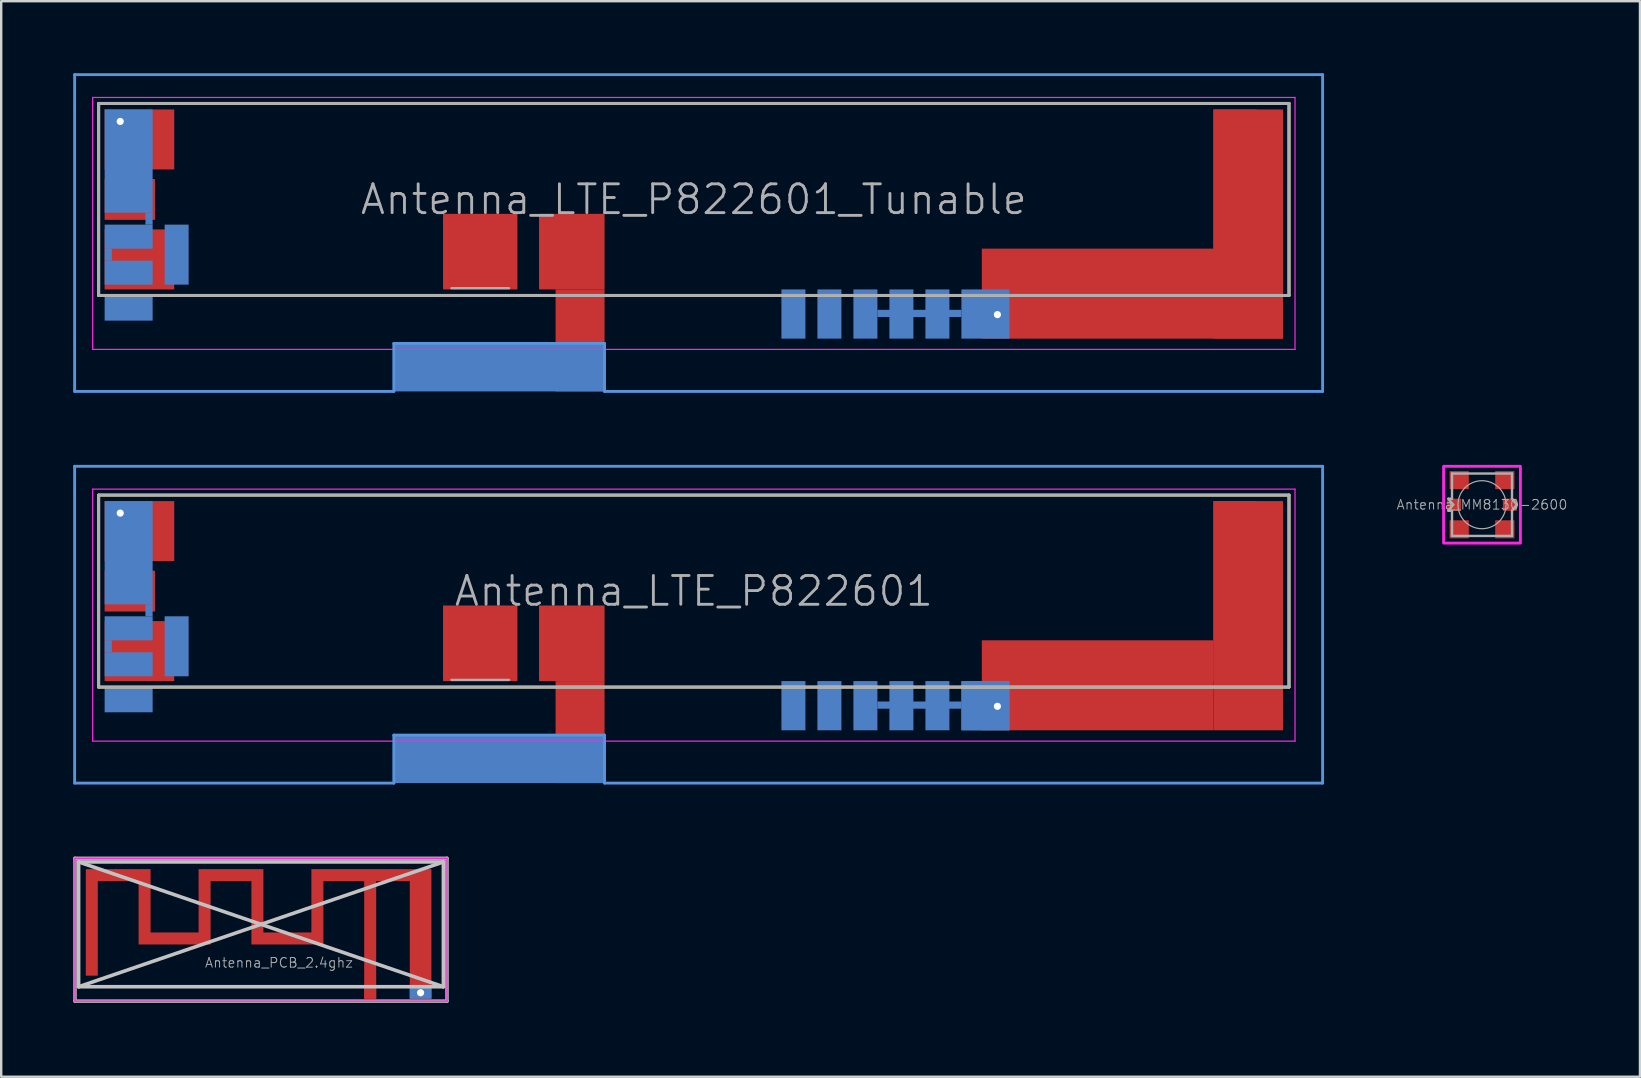
<source format=kicad_pcb>
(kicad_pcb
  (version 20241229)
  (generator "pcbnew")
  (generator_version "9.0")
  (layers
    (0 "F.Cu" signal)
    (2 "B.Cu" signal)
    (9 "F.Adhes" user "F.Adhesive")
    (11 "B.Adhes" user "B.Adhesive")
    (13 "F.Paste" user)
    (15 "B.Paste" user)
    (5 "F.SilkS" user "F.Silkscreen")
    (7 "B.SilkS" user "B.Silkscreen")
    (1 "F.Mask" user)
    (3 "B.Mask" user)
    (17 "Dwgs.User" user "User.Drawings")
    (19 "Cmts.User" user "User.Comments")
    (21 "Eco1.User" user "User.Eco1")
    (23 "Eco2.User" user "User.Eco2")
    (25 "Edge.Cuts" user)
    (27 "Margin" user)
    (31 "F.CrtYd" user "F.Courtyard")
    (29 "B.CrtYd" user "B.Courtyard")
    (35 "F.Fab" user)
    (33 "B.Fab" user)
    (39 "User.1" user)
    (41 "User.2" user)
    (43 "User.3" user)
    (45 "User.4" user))
  (footprint "Antenna_LTE_P822601_Tunable"
    (layer "F.Cu")
    (at 1.06 1.26)
    (property "Reference" "Antenna_LTE_P822601_Tunable" (at 24.8 4 0) (layer "F.Fab") (effects (font (size 1.2 1.2) (thickness 0.12))))
    (attr smd)
    (fp_rect (start 36.8 6.05) (end 49.35 9.8) (stroke (width 0) (type solid)) (fill yes) (layer "F.Cu"))
    (fp_rect (start 46.45 9.8) (end 49.35 0.25) (stroke (width 0) (type solid)) (fill yes) (layer "F.Cu"))
    (fp_rect (start 0.25 0.25) (end 2.25 4.55) (stroke (width 0) (type solid)) (fill yes) (layer "B.Cu"))
    (fp_rect (start 0.25 5.05) (end 2.25 6.05) (stroke (width 0) (type solid)) (fill yes) (layer "B.Cu"))
    (fp_rect (start 0.25 6.05) (end 0.55 6.55) (stroke (width 0) (type solid)) (fill yes) (layer "B.Cu"))
    (fp_rect (start 0.25 6.55) (end 2.25 7.55) (stroke (width 0) (type solid)) (fill yes) (layer "B.Cu"))
    (fp_rect (start 0.25 8.05) (end 2.25 9.05) (stroke (width 0) (type solid)) (fill yes) (layer "B.Cu"))
    (fp_rect (start 1.95 4.55) (end 2.25 5.05) (stroke (width 0) (type solid)) (fill yes) (layer "B.Cu"))
    (fp_rect (start 2.75 5.05) (end 3.75 7.55) (stroke (width 0) (type solid)) (fill yes) (layer "B.Cu"))
    (fp_rect (start 28.45 7.75) (end 29.45 9.8) (stroke (width 0) (type solid)) (fill yes) (layer "B.Cu"))
    (fp_rect (start 29.95 7.75) (end 30.95 9.8) (stroke (width 0) (type solid)) (fill yes) (layer "B.Cu"))
    (fp_rect (start 31.45 7.75) (end 32.45 9.8) (stroke (width 0) (type solid)) (fill yes) (layer "B.Cu"))
    (fp_rect (start 32.45 8.6) (end 35.95 8.9) (stroke (width 0) (type solid)) (fill yes) (layer "B.Cu"))
    (fp_rect (start 32.95 7.75) (end 33.95 9.8) (stroke (width 0) (type solid)) (fill yes) (layer "B.Cu"))
    (fp_rect (start 34.45 7.75) (end 35.45 9.8) (stroke (width 0) (type solid)) (fill yes) (layer "B.Cu"))
    (fp_rect (start 35.95 7.75) (end 37.95 9.8) (stroke (width 0) (type solid)) (fill yes) (layer "B.Cu"))
    (fp_rect (start 0.24 3.95) (end 0.77 4.55) (stroke (width 0) (type solid)) (fill yes) (layer "B.Mask"))
    (fp_rect (start 0.24 5.05) (end 0.77 5.65) (stroke (width 0) (type solid)) (fill yes) (layer "B.Mask"))
    (fp_rect (start 0.24 6.95) (end 0.77 7.55) (stroke (width 0) (type solid)) (fill yes) (layer "B.Mask"))
    (fp_rect (start 0.24 8.05) (end 0.77 8.65) (stroke (width 0) (type solid)) (fill yes) (layer "B.Mask"))
    (fp_rect (start 1.72 5.45) (end 2.25 6.05) (stroke (width 0) (type solid)) (fill yes) (layer "B.Mask"))
    (fp_rect (start 1.72 6.55) (end 2.25 7.15) (stroke (width 0) (type solid)) (fill yes) (layer "B.Mask"))
    (fp_rect (start 2.75 5.45) (end 3.27 6.05) (stroke (width 0) (type solid)) (fill yes) (layer "B.Mask"))
    (fp_rect (start 2.75 6.55) (end 3.27 7.15) (stroke (width 0) (type solid)) (fill yes) (layer "B.Mask"))
    (fp_rect (start 28.85 9.27) (end 29.45 9.8) (stroke (width 0) (type solid)) (fill yes) (layer "B.Mask"))
    (fp_rect (start 29.95 9.27) (end 30.55 9.8) (stroke (width 0) (type solid)) (fill yes) (layer "B.Mask"))
    (fp_rect (start 30.35 7.75) (end 30.95 8.28) (stroke (width 0) (type solid)) (fill yes) (layer "B.Mask"))
    (fp_rect (start 31.45 7.75) (end 32.05 8.28) (stroke (width 0) (type solid)) (fill yes) (layer "B.Mask"))
    (fp_rect (start 31.85 9.27) (end 32.45 9.8) (stroke (width 0) (type solid)) (fill yes) (layer "B.Mask"))
    (fp_rect (start 32.95 9.27) (end 33.55 9.8) (stroke (width 0) (type solid)) (fill yes) (layer "B.Mask"))
    (fp_rect (start 33.35 7.75) (end 33.95 8.28) (stroke (width 0) (type solid)) (fill yes) (layer "B.Mask"))
    (fp_rect (start 34.45 7.75) (end 35.05 8.28) (stroke (width 0) (type solid)) (fill yes) (layer "B.Mask"))
    (fp_rect (start 34.85 9.27) (end 35.45 9.8) (stroke (width 0) (type solid)) (fill yes) (layer "B.Mask"))
    (fp_rect (start 35.95 9.27) (end 36.55 9.8) (stroke (width 0) (type solid)) (fill yes) (layer "B.Mask"))
    (fp_line (start 0 0) (end 49.6 0) (stroke (width 0.12) (type default)) (layer "F.SilkS"))
    (fp_line (start 0 8) (end 0 0) (stroke (width 0.12) (type default)) (layer "F.SilkS"))
    (fp_line (start 49.6 0) (end 49.6 8) (stroke (width 0.12) (type default)) (layer "F.SilkS"))
    (fp_line (start 49.6 8) (end 0 8) (stroke (width 0.12) (type default)) (layer "F.SilkS"))
    (fp_line (start -1 -1.2) (end 51 -1.2) (stroke (width 0.12) (type default)) (layer "Cmts.User"))
    (fp_line (start -1 12) (end -1 -1.2) (stroke (width 0.12) (type default)) (layer "Cmts.User"))
    (fp_line (start -1 12) (end 12.3 12) (stroke (width 0.12) (type default)) (layer "Cmts.User"))
    (fp_line (start 12.3 10) (end 21.08 10) (stroke (width 0.12) (type default)) (layer "Cmts.User"))
    (fp_line (start 12.3 12) (end 12.3 10) (stroke (width 0.12) (type default)) (layer "Cmts.User"))
    (fp_line (start 21.08 10) (end 21.08 12) (stroke (width 0.12) (type default)) (layer "Cmts.User"))
    (fp_line (start 21.08 12) (end 51 12) (stroke (width 0.12) (type default)) (layer "Cmts.User"))
    (fp_line (start 51 -1.2) (end 51 12) (stroke (width 0.12) (type default)) (layer "Cmts.User"))
    (fp_line (start -0.25 -0.25) (end 49.85 -0.25) (stroke (width 0.05) (type solid)) (layer "F.CrtYd"))
    (fp_line (start -0.25 10.25) (end -0.25 -0.25) (stroke (width 0.05) (type solid)) (layer "F.CrtYd"))
    (fp_line (start 49.85 -0.25) (end 49.85 10.25) (stroke (width 0.05) (type solid)) (layer "F.CrtYd"))
    (fp_line (start 49.85 10.25) (end -0.25 10.25) (stroke (width 0.05) (type solid)) (layer "F.CrtYd"))
    (fp_line (start 0 0) (end 49.6 0) (stroke (width 0.127) (type solid)) (layer "F.Fab"))
    (fp_line (start 0 8) (end 0 0) (stroke (width 0.127) (type solid)) (layer "F.Fab"))
    (fp_line (start 14.7 7.7) (end 17.1 7.7) (stroke (width 0.1) (type default)) (layer "F.Fab"))
    (fp_line (start 49.6 0) (end 49.6 8) (stroke (width 0.127) (type solid)) (layer "F.Fab"))
    (fp_line (start 49.6 8) (end 0 8) (stroke (width 0.127) (type solid)) (layer "F.Fab"))
    (pad "" thru_hole circle (at 37.45 8.8 90) (size 0.6 0.6) (drill 0.3) (property pad_prop_fiducial_loc) (layers "*.Cu"))
    (pad "1" smd rect (at 15.9 6.175 180) (size 3.1 3.15) (layers "F.Cu" "F.Mask" "F.Paste"))
    (pad "2" smd rect (at 16.69 11 90) (size 2 8.78) (layers "B.Cu"))
    (pad "2" smd rect (at 19.715 6.175) (size 2.73 3.15) (layers "F.Cu" "F.Mask" "F.Paste"))
    (pad "2" smd rect (at 20.06 9.875) (size 2.04 4.25) (layers "F.Cu"))
    (pad "3" smd rect (at 47.35 4 90) (size 7.5 1.8) (layers "F.Cu" "F.Mask" "F.Paste"))
    (pad "3" smd rect (at 48.8 2.45 90) (size 2 1.1) (layers "F.Cu" "F.Mask" "F.Paste"))
    (pad "3" smd rect (at 48.8 5.55 90) (size 2 1.1) (layers "F.Cu" "F.Mask" "F.Paste"))
    (pad "4" smd rect (at 40.3 7.15) (size 2.4 1.2) (layers "F.Cu" "F.Mask" "F.Paste"))
    (pad "5" thru_hole circle (at 0.9 0.75 90) (size 0.6 0.6) (drill 0.3) (property pad_prop_fiducial_loc) (layers "*.Cu"))
    (pad "5" smd rect (at 1.7 1.5) (size 2.9 2.5) (layers "F.Cu" "F.Mask" "F.Paste"))
    (pad "6" smd rect (at 1.3 4) (size 2.1 1.7) (layers "F.Cu" "F.Mask" "F.Paste"))
    (pad "7" smd rect (at 1.7 6.5) (size 2.9 2.5) (layers "F.Cu" "F.Mask" "F.Paste")))
  (footprint "Antenna_MM8130-2600"
    (layer "F.Cu")
    (at 58.702 17.98)
    (property "Reference" "Antenna_MM8130-2600" (at 0 0 0) (layer "F.Fab") (effects (font (size 0.4 0.4) (thickness 0.04))))
    (attr smd)
    (fp_rect (start -1.6 -1.6) (end 1.6 1.6) (stroke (width 0.12) (type default)) (fill no) (layer "F.CrtYd"))
    (fp_line (start -1.4 -0.25) (end -1.25 -0.25) (stroke (width 0.1) (type solid)) (layer "F.Fab"))
    (fp_line (start -1.4 -0.25) (end -1.2 0) (stroke (width 0.1) (type solid)) (layer "F.Fab"))
    (fp_line (start -1.4 0.25) (end -1.25 0.25) (stroke (width 0.1) (type solid)) (layer "F.Fab"))
    (fp_line (start -1.4 0.25) (end -1.2 0) (stroke (width 0.1) (type solid)) (layer "F.Fab"))
    (fp_line (start -1.25 -1.3) (end -1.25 -0.25) (stroke (width 0.1) (type default)) (layer "F.Fab"))
    (fp_line (start -1.25 -1.3) (end 1.25 -1.3) (stroke (width 0.1) (type default)) (layer "F.Fab"))
    (fp_line (start -1.25 1.3) (end -1.25 0.25) (stroke (width 0.1) (type default)) (layer "F.Fab"))
    (fp_line (start -1.25 1.3) (end 1.25 1.3) (stroke (width 0.1) (type default)) (layer "F.Fab"))
    (fp_line (start 1.25 -1.3) (end 1.25 -0.25) (stroke (width 0.1) (type default)) (layer "F.Fab"))
    (fp_line (start 1.25 -0.25) (end 1.45 0) (stroke (width 0.1) (type solid)) (layer "F.Fab"))
    (fp_line (start 1.25 0.25) (end 1.25 1.3) (stroke (width 0.1) (type default)) (layer "F.Fab"))
    (fp_line (start 1.25 0.25) (end 1.45 0) (stroke (width 0.1) (type solid)) (layer "F.Fab"))
    (fp_circle (center 0 0) (end 1 0) (stroke (width 0.05) (type solid)) (fill no) (layer "F.Fab"))
    (pad "1" smd rect (at -1.16 0) (size 0.58 0.5) (layers "F.Cu" "F.Mask" "F.Paste"))
    (pad "2" smd rect (at 1.16 0) (size 0.58 0.5) (layers "F.Cu" "F.Mask" "F.Paste"))
    (pad "3" smd rect (at -0.95 -1.025) (size 0.8 0.75) (layers "F.Cu" "F.Mask" "F.Paste"))
    (pad "3" smd rect (at -0.95 1.025) (size 0.8 0.75) (layers "F.Cu" "F.Mask" "F.Paste"))
    (pad "3" smd rect (at 0.95 -1.025) (size 0.8 0.75) (layers "F.Cu" "F.Mask" "F.Paste"))
    (pad "3" smd rect (at 0.95 1.025) (size 0.8 0.75) (layers "F.Cu" "F.Mask" "F.Paste")))
  (footprint "Antenna_LTE_P822601"
    (layer "F.Cu")
    (at 1.06 17.58)
    (property "Reference" "Antenna_LTE_P822601" (at 24.8 4 0) (layer "F.Fab") (effects (font (size 1.2 1.2) (thickness 0.12))))
    (attr smd)
    (fp_rect (start 0.25 8.05) (end 2.25 9.05) (stroke (width 0) (type solid)) (fill yes) (layer "B.Cu"))
    (fp_rect (start 2.75 5.05) (end 3.75 7.55) (stroke (width 0) (type solid)) (fill yes) (layer "B.Cu"))
    (fp_rect (start 28.45 7.75) (end 29.45 9.8) (stroke (width 0) (type solid)) (fill yes) (layer "B.Cu"))
    (fp_rect (start 29.95 7.75) (end 30.95 9.8) (stroke (width 0) (type solid)) (fill yes) (layer "B.Cu"))
    (fp_rect (start 35.95 7.75) (end 37.95 9.8) (stroke (width 0) (type solid)) (fill yes) (layer "B.Cu"))
    (fp_line (start 0 0) (end 49.6 0) (stroke (width 0.12) (type default)) (layer "F.SilkS"))
    (fp_line (start 0 8) (end 0 0) (stroke (width 0.12) (type default)) (layer "F.SilkS"))
    (fp_line (start 49.6 0) (end 49.6 8) (stroke (width 0.12) (type default)) (layer "F.SilkS"))
    (fp_line (start 49.6 8) (end 0 8) (stroke (width 0.12) (type default)) (layer "F.SilkS"))
    (fp_line (start -1 -1.2) (end 51 -1.2) (stroke (width 0.12) (type default)) (layer "Cmts.User"))
    (fp_line (start -1 12) (end -1 -1.2) (stroke (width 0.12) (type default)) (layer "Cmts.User"))
    (fp_line (start -1 12) (end 12.3 12) (stroke (width 0.12) (type default)) (layer "Cmts.User"))
    (fp_line (start 12.3 10) (end 21.08 10) (stroke (width 0.12) (type default)) (layer "Cmts.User"))
    (fp_line (start 12.3 12) (end 12.3 10) (stroke (width 0.12) (type default)) (layer "Cmts.User"))
    (fp_line (start 21.08 10) (end 21.08 12) (stroke (width 0.12) (type default)) (layer "Cmts.User"))
    (fp_line (start 21.08 12) (end 51 12) (stroke (width 0.12) (type default)) (layer "Cmts.User"))
    (fp_line (start 51 -1.2) (end 51 12) (stroke (width 0.12) (type default)) (layer "Cmts.User"))
    (fp_line (start -0.25 -0.25) (end 49.85 -0.25) (stroke (width 0.05) (type solid)) (layer "F.CrtYd"))
    (fp_line (start -0.25 10.25) (end -0.25 -0.25) (stroke (width 0.05) (type solid)) (layer "F.CrtYd"))
    (fp_line (start 49.85 -0.25) (end 49.85 10.25) (stroke (width 0.05) (type solid)) (layer "F.CrtYd"))
    (fp_line (start 49.85 10.25) (end -0.25 10.25) (stroke (width 0.05) (type solid)) (layer "F.CrtYd"))
    (fp_line (start 0 0) (end 49.6 0) (stroke (width 0.127) (type solid)) (layer "F.Fab"))
    (fp_line (start 0 8) (end 0 0) (stroke (width 0.127) (type solid)) (layer "F.Fab"))
    (fp_line (start 14.7 7.7) (end 17.1 7.7) (stroke (width 0.1) (type default)) (layer "F.Fab"))
    (fp_line (start 49.6 0) (end 49.6 8) (stroke (width 0.127) (type solid)) (layer "F.Fab"))
    (fp_line (start 49.6 8) (end 0 8) (stroke (width 0.127) (type solid)) (layer "F.Fab"))
    (pad "1" smd rect (at 15.9 6.175 180) (size 3.1 3.15) (layers "F.Cu" "F.Mask" "F.Paste"))
    (pad "2" smd rect (at 16.69 11 90) (size 2 8.78) (layers "B.Cu" "B.Paste"))
    (pad "2" smd rect (at 19.715 6.175) (size 2.73 3.15) (layers "F.Cu" "F.Mask" "F.Paste"))
    (pad "2" smd rect (at 20.06 9.875) (size 2.04 4.25) (layers "F.Cu"))
    (pad "3" smd rect (at 47.35 4 90) (size 7.5 1.8) (layers "F.Cu" "F.Mask" "F.Paste"))
    (pad "3" smd rect (at 47.9 5.025 90) (size 9.55 2.9) (layers "F.Cu"))
    (pad "3" smd rect (at 48.8 2.45 90) (size 2 1.1) (layers "F.Cu" "F.Mask" "F.Paste"))
    (pad "3" smd rect (at 48.8 5.55 90) (size 2 1.1) (layers "F.Cu" "F.Mask" "F.Paste"))
    (pad "4" smd rect (at 31.95 8.775) (size 1 2.05) (layers "B.Cu"))
    (pad "4" smd rect (at 33.45 8.775) (size 1 2.05) (layers "B.Cu"))
    (pad "4" smd rect (at 34.2 8.75) (size 3.5 0.3) (layers "B.Cu"))
    (pad "4" smd rect (at 34.95 8.775) (size 1 2.05) (layers "B.Cu"))
    (pad "4" smd rect (at 36.95 8.775) (size 2 2.05) (layers "B.Cu"))
    (pad "4" thru_hole circle (at 37.45 8.8 90) (size 0.6 0.6) (drill 0.3) (property pad_prop_fiducial_loc) (layers "*.Cu"))
    (pad "4" smd rect (at 40.3 7.15) (size 2.4 1.2) (layers "F.Cu" "F.Mask" "F.Paste"))
    (pad "4" smd rect (at 41.625 7.925) (size 9.65 3.75) (layers "F.Cu"))
    (pad "5" smd rect (at 0.4 6.3) (size 0.3 0.5) (layers "B.Cu"))
    (pad "5" thru_hole circle (at 0.9 0.75 90) (size 0.6 0.6) (drill 0.3) (property pad_prop_fiducial_loc) (layers "*.Cu"))
    (pad "5" smd rect (at 1.25 2.4) (size 2 4.3) (layers "B.Cu"))
    (pad "5" smd rect (at 1.25 5.55) (size 2 1) (layers "B.Cu"))
    (pad "5" smd rect (at 1.25 7.05) (size 2 1) (layers "B.Cu"))
    (pad "5" smd rect (at 1.7 1.5) (size 2.9 2.5) (layers "F.Cu" "F.Mask" "F.Paste"))
    (pad "5" smd rect (at 2.1 4.8) (size 0.3 0.5) (layers "B.Cu"))
    (pad "6" smd rect (at 1.3 4) (size 2.1 1.7) (layers "F.Cu" "F.Mask" "F.Paste"))
    (pad "7" smd rect (at 1.7 6.5) (size 2.9 2.5) (layers "F.Cu" "F.Mask" "F.Paste")))
  (footprint "Antenna_PCB_2.4ghz"
    (layer "F.Cu")
    (at 12.625 38.565)
    (property "Reference" "Antenna_PCB_2.4ghz" (at -4.05 -1.5 0) (layer "F.Fab") (effects (font (size 0.4 0.4) (thickness 0.04))))
    (attr exclude_from_pos_files exclude_from_bom)
    (fp_poly (pts (xy -2.7 -2.76) (xy -4.7 -2.76) (xy -4.7 -5.4) (xy -7.4 -5.4) (xy -7.4 -2.76) (xy -9.4 -2.76) (xy -9.4 -5.4) (xy -12.1 -5.4) (xy -12.1 -0.96) (xy -11.6 -0.96) (xy -11.6 -4.9) (xy -9.9 -4.9) (xy -9.9 -2.26) (xy -6.9 -2.26) (xy -6.9 -4.9) (xy -5.2 -4.9) (xy -5.2 -2.26) (xy -2.2 -2.26) (xy -2.2 -4.9) (xy -0.5 -4.9) (xy -0.5 0) (xy 0 0) (xy 0 -4.9) (xy 1.4 -4.9) (xy 1.4 0) (xy 2.3 0) (xy 2.3 -0.243) (xy 1.998 -0.243) (xy 1.988 -0.196) (xy 1.964 -0.153) (xy 1.926 -0.12) (xy 1.918 -0.116) (xy 1.875 -0.104) (xy 1.827 -0.105) (xy 1.781 -0.118) (xy 1.763 -0.128) (xy 1.729 -0.163) (xy 1.708 -0.209) (xy 1.702 -0.258) (xy 1.71 -0.306) (xy 1.727 -0.339) (xy 1.762 -0.371) (xy 1.808 -0.391) (xy 1.857 -0.398) (xy 1.905 -0.39) (xy 1.938 -0.373) (xy 1.973 -0.336) (xy 1.993 -0.292) (xy 1.998 -0.243) (xy 2.3 -0.243) (xy 2.3 -5.4) (xy -2.7 -5.4) (xy -2.7 -2.76)) (stroke (width 0) (type solid)) (fill yes) (layer "F.Cu"))
    (fp_line (start -12.4 -0.5) (end -12.4 -5.7) (stroke (width 0.15) (type solid)) (layer "Dwgs.User"))
    (fp_line (start 2.8 -5.7) (end -12.4 -5.7) (stroke (width 0.15) (type solid)) (layer "Dwgs.User"))
    (fp_line (start 2.8 -5.7) (end -12.4 -0.5) (stroke (width 0.15) (type solid)) (layer "Dwgs.User"))
    (fp_line (start 2.8 -0.5) (end -12.4 -5.7) (stroke (width 0.15) (type solid)) (layer "Dwgs.User"))
    (fp_line (start 2.8 -0.5) (end -12.4 -0.5) (stroke (width 0.15) (type solid)) (layer "Dwgs.User"))
    (fp_line (start 2.8 -0.5) (end 2.8 -5.7) (stroke (width 0.15) (type solid)) (layer "Dwgs.User"))
    (fp_line (start -12.55 -5.85) (end -12.55 0.1) (stroke (width 0.05) (type solid)) (layer "F.CrtYd"))
    (fp_line (start -12.55 0.1) (end 2.95 0.1) (stroke (width 0.05) (type solid)) (layer "F.CrtYd"))
    (fp_line (start 2.95 -5.85) (end -12.55 -5.85) (stroke (width 0.05) (type solid)) (layer "F.CrtYd"))
    (fp_line (start 2.95 0.1) (end 2.95 -5.85) (stroke (width 0.05) (type solid)) (layer "F.CrtYd"))
    (fp_line (start -12.55 -5.85) (end -12.55 0.1) (stroke (width 0.15) (type solid)) (layer "F.Fab"))
    (fp_line (start -12.55 0.1) (end 2.95 0.1) (stroke (width 0.15) (type solid)) (layer "F.Fab"))
    (fp_line (start 2.95 -5.85) (end -12.55 -5.85) (stroke (width 0.15) (type solid)) (layer "F.Fab"))
    (fp_line (start 2.95 0.1) (end 2.95 -5.85) (stroke (width 0.15) (type solid)) (layer "F.Fab"))
    (pad "1" connect rect (at -0.25 -0.25) (size 0.5 0.5) (layers "F.Cu"))
    (pad "2" thru_hole rect (at 1.85 -0.25) (size 0.9 0.5) (drill 0.3) (layers "*.Cu")))
  (gr_rect
    (start -3 -3)
    (end 65.284 41.815)
    (stroke (width 0.1) (type default))
    (fill no)
    (layer "Edge.Cuts")))
</source>
